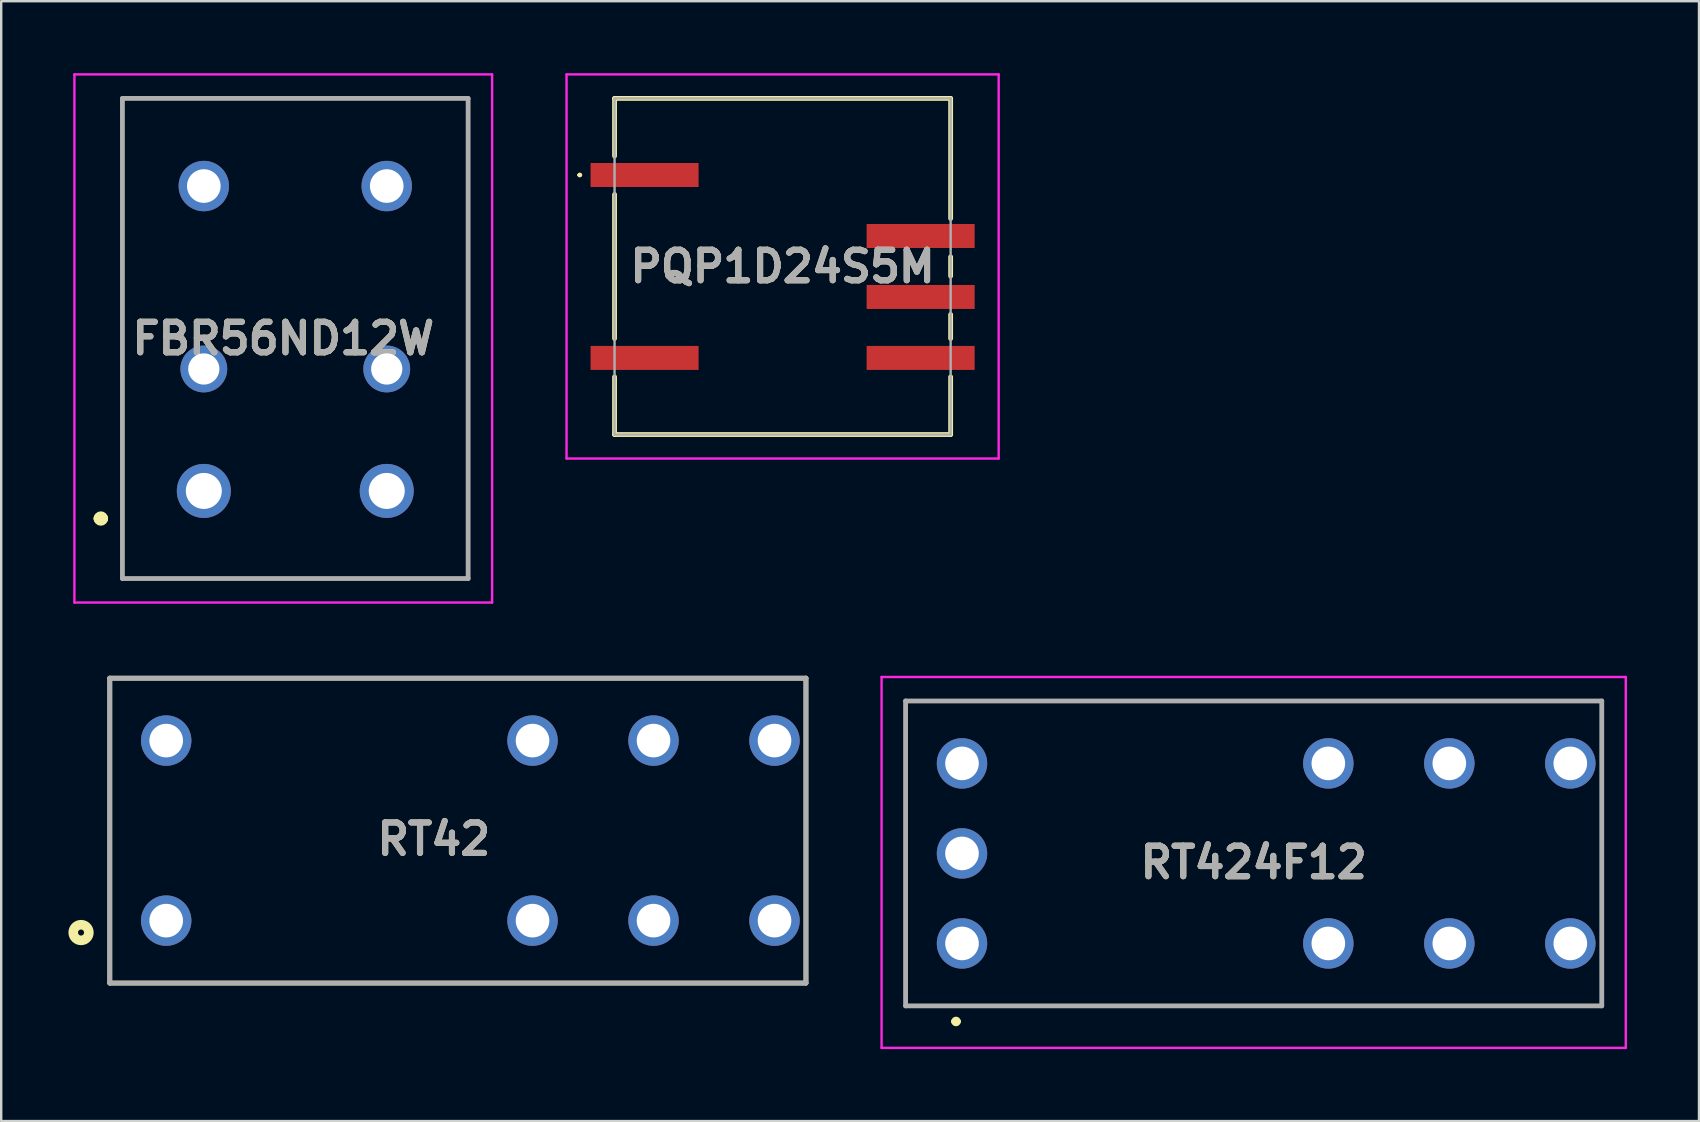
<source format=kicad_pcb>
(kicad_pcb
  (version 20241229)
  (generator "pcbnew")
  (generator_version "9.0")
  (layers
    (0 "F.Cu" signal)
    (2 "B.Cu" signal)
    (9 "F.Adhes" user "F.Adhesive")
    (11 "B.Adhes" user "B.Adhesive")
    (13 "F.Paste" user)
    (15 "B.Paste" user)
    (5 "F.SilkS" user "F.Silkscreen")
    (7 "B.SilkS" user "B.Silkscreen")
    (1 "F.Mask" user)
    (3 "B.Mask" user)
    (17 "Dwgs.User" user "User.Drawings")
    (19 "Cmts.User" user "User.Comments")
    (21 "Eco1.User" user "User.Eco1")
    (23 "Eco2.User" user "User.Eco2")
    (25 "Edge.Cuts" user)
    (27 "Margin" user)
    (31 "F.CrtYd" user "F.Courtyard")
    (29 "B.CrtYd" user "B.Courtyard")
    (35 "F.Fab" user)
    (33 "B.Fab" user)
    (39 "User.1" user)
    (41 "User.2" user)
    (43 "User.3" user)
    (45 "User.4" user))
  (footprint "RT42"
    (layer "F.Cu")
    (at 3.873 31.55)
    (property "Reference" "RT42" (at 11.148 0.355 0) (layer "F.SilkS") (effects (font (size 1.27 1.27) (thickness 0.254))))
    (attr through_hole)
    (fp_line (start -2.35 -6.35) (end 26.65 -6.35) (stroke (width 0.2) (type solid)) (layer "F.SilkS"))
    (fp_line (start -2.35 6.35) (end -2.35 -6.35) (stroke (width 0.2) (type solid)) (layer "F.SilkS"))
    (fp_line (start 26.65 -6.35) (end 26.65 6.35) (stroke (width 0.2) (type solid)) (layer "F.SilkS"))
    (fp_line (start 26.65 6.35) (end -2.35 6.35) (stroke (width 0.2) (type solid)) (layer "F.SilkS"))
    (fp_circle (center -3.547 4.246) (end -3.547 4.372) (stroke (width 0.4) (type solid)) (fill no) (layer "F.SilkS"))
    (fp_line (start -2.35 -6.35) (end 26.65 -6.35) (stroke (width 0.2) (type solid)) (layer "F.Fab"))
    (fp_line (start -2.35 6.35) (end -2.35 -6.35) (stroke (width 0.2) (type solid)) (layer "F.Fab"))
    (fp_line (start 26.65 -6.35) (end 26.65 6.35) (stroke (width 0.2) (type solid)) (layer "F.Fab"))
    (fp_line (start 26.65 6.35) (end -2.35 6.35) (stroke (width 0.2) (type solid)) (layer "F.Fab"))
    (fp_text user "${REFERENCE}" (at 11.148 0.355 0) (layer "F.Fab") (effects (font (size 1.27 1.27) (thickness 0.254))))
    (pad "1" thru_hole circle (at 0 3.75) (size 2.1 2.1) (drill 1.4) (layers "*.Cu" "*.Mask"))
    (pad "2" thru_hole circle (at 15.26 3.75) (size 2.1 2.1) (drill 1.4) (layers "*.Cu" "*.Mask"))
    (pad "3" thru_hole circle (at 20.3 3.75) (size 2.1 2.1) (drill 1.4) (layers "*.Cu" "*.Mask"))
    (pad "4" thru_hole circle (at 25.34 3.75) (size 2.1 2.1) (drill 1.4) (layers "*.Cu" "*.Mask"))
    (pad "5" thru_hole circle (at 25.34 -3.75) (size 2.1 2.1) (drill 1.4) (layers "*.Cu" "*.Mask"))
    (pad "6" thru_hole circle (at 20.3 -3.75) (size 2.1 2.1) (drill 1.4) (layers "*.Cu" "*.Mask"))
    (pad "7" thru_hole circle (at 15.26 -3.75) (size 2.1 2.1) (drill 1.4) (layers "*.Cu" "*.Mask"))
    (pad "8" thru_hole circle (at 0 -3.75) (size 2.1 2.1) (drill 1.4) (layers "*.Cu" "*.Mask")))
  (footprint "RT424F12"
    (layer "F.Cu")
    (at 57.323 32.875)
    (property "Reference" "RT424F12" (at -8.15 0 0) (layer "F.SilkS") (effects (font (size 1.27 1.27) (thickness 0.254))))
    (attr through_hole)
    (fp_line (start -22.65 -6.725) (end 6.35 -6.725) (stroke (width 0.1) (type solid)) (layer "F.SilkS"))
    (fp_line (start -22.65 5.975) (end -22.65 -6.725) (stroke (width 0.1) (type solid)) (layer "F.SilkS"))
    (fp_line (start -20.65 6.625) (end -20.65 6.625) (stroke (width 0.2) (type solid)) (layer "F.SilkS"))
    (fp_line (start -20.45 6.625) (end -20.45 6.625) (stroke (width 0.2) (type solid)) (layer "F.SilkS"))
    (fp_line (start 6.35 -6.725) (end 6.35 5.975) (stroke (width 0.1) (type solid)) (layer "F.SilkS"))
    (fp_line (start 6.35 5.975) (end -22.65 5.975) (stroke (width 0.1) (type solid)) (layer "F.SilkS"))
    (fp_arc (start -20.65 6.625) (mid -20.55 6.525) (end -20.45 6.625) (stroke (width 0.2) (type solid)) (layer "F.SilkS"))
    (fp_arc (start -20.45 6.625) (mid -20.55 6.725) (end -20.65 6.625) (stroke (width 0.2) (type solid)) (layer "F.SilkS"))
    (fp_line (start -23.65 -7.725) (end 7.35 -7.725) (stroke (width 0.1) (type solid)) (layer "F.CrtYd"))
    (fp_line (start -23.65 7.725) (end -23.65 -7.725) (stroke (width 0.1) (type solid)) (layer "F.CrtYd"))
    (fp_line (start 7.35 -7.725) (end 7.35 7.725) (stroke (width 0.1) (type solid)) (layer "F.CrtYd"))
    (fp_line (start 7.35 7.725) (end -23.65 7.725) (stroke (width 0.1) (type solid)) (layer "F.CrtYd"))
    (fp_line (start -22.65 -6.725) (end 6.35 -6.725) (stroke (width 0.2) (type solid)) (layer "F.Fab"))
    (fp_line (start -22.65 5.975) (end -22.65 -6.725) (stroke (width 0.2) (type solid)) (layer "F.Fab"))
    (fp_line (start 6.35 -6.725) (end 6.35 5.975) (stroke (width 0.2) (type solid)) (layer "F.Fab"))
    (fp_line (start 6.35 5.975) (end -22.65 5.975) (stroke (width 0.2) (type solid)) (layer "F.Fab"))
    (fp_text user "${REFERENCE}" (at -8.15 0 0) (layer "F.Fab") (effects (font (size 1.27 1.27) (thickness 0.254))))
    (pad "1" thru_hole circle (at -20.3 3.375) (size 2.1 2.1) (drill 1.4) (layers "*.Cu" "*.Mask"))
    (pad "2" thru_hole circle (at -20.3 -4.125) (size 2.1 2.1) (drill 1.4) (layers "*.Cu" "*.Mask"))
    (pad "3" thru_hole circle (at -20.3 -0.375) (size 2.1 2.1) (drill 1.4) (layers "*.Cu" "*.Mask"))
    (pad "4" thru_hole circle (at -5.04 3.375) (size 2.1 2.1) (drill 1.4) (layers "*.Cu" "*.Mask"))
    (pad "5" thru_hole circle (at 0 3.375) (size 2.1 2.1) (drill 1.4) (layers "*.Cu" "*.Mask"))
    (pad "6" thru_hole circle (at 5.04 3.375) (size 2.1 2.1) (drill 1.4) (layers "*.Cu" "*.Mask"))
    (pad "7" thru_hole circle (at 5.04 -4.125) (size 2.1 2.1) (drill 1.4) (layers "*.Cu" "*.Mask"))
    (pad "8" thru_hole circle (at 0 -4.125) (size 2.1 2.1) (drill 1.4) (layers "*.Cu" "*.Mask"))
    (pad "9" thru_hole circle (at -5.04 -4.125) (size 2.1 2.1) (drill 1.4) (layers "*.Cu" "*.Mask")))
  (footprint "PQP1D24S5M"
    (layer "F.Cu")
    (at 29.55 8.05)
    (property "Reference" "PQP1D24S5M" (at 0 0 0) (layer "F.SilkS") (effects (font (size 1.27 1.27) (thickness 0.254))))
    (attr smd)
    (fp_line (start -8.5 -3.81) (end -8.5 -3.81) (stroke (width 0.1) (type solid)) (layer "F.SilkS"))
    (fp_line (start -8.4 -3.81) (end -8.4 -3.81) (stroke (width 0.1) (type solid)) (layer "F.SilkS"))
    (fp_line (start -7 -7) (end 7 -7) (stroke (width 0.2) (type solid)) (layer "F.SilkS"))
    (fp_line (start -7 -4.6) (end -7 -7) (stroke (width 0.2) (type solid)) (layer "F.SilkS"))
    (fp_line (start -7 -3) (end -7 3) (stroke (width 0.2) (type solid)) (layer "F.SilkS"))
    (fp_line (start -7 7) (end -7 4.6) (stroke (width 0.2) (type solid)) (layer "F.SilkS"))
    (fp_line (start 7 -7) (end 7 -2) (stroke (width 0.2) (type solid)) (layer "F.SilkS"))
    (fp_line (start 7 -0.4) (end 7 0.4) (stroke (width 0.2) (type solid)) (layer "F.SilkS"))
    (fp_line (start 7 2) (end 7 3) (stroke (width 0.2) (type solid)) (layer "F.SilkS"))
    (fp_line (start 7 4.6) (end 7 7) (stroke (width 0.2) (type solid)) (layer "F.SilkS"))
    (fp_line (start 7 7) (end -7 7) (stroke (width 0.2) (type solid)) (layer "F.SilkS"))
    (fp_arc (start -8.5 -3.81) (mid -8.45 -3.86) (end -8.4 -3.81) (stroke (width 0.1) (type solid)) (layer "F.SilkS"))
    (fp_arc (start -8.4 -3.81) (mid -8.45 -3.76) (end -8.5 -3.81) (stroke (width 0.1) (type solid)) (layer "F.SilkS"))
    (fp_line (start -9 -8) (end 9 -8) (stroke (width 0.1) (type solid)) (layer "F.CrtYd"))
    (fp_line (start -9 8) (end -9 -8) (stroke (width 0.1) (type solid)) (layer "F.CrtYd"))
    (fp_line (start 9 -8) (end 9 8) (stroke (width 0.1) (type solid)) (layer "F.CrtYd"))
    (fp_line (start 9 8) (end -9 8) (stroke (width 0.1) (type solid)) (layer "F.CrtYd"))
    (fp_line (start -7 -7) (end -7 7) (stroke (width 0.1) (type solid)) (layer "F.Fab"))
    (fp_line (start -7 7) (end 7 7) (stroke (width 0.1) (type solid)) (layer "F.Fab"))
    (fp_line (start 7 -7) (end -7 -7) (stroke (width 0.1) (type solid)) (layer "F.Fab"))
    (fp_line (start 7 7) (end 7 -7) (stroke (width 0.1) (type solid)) (layer "F.Fab"))
    (fp_text user "${REFERENCE}" (at 0 0 0) (layer "F.Fab") (effects (font (size 1.27 1.27) (thickness 0.254))))
    (pad "1" smd rect (at -5.75 -3.81 90) (size 1 4.5) (layers "F.Cu" "F.Mask" "F.Paste"))
    (pad "4" smd rect (at -5.75 3.81 90) (size 1 4.5) (layers "F.Cu" "F.Mask" "F.Paste"))
    (pad "5" smd rect (at 5.75 3.81 90) (size 1 4.5) (layers "F.Cu" "F.Mask" "F.Paste"))
    (pad "6" smd rect (at 5.75 1.27 90) (size 1 4.5) (layers "F.Cu" "F.Mask" "F.Paste"))
    (pad "7" smd rect (at 5.75 -1.27 90) (size 1 4.5) (layers "F.Cu" "F.Mask" "F.Paste")))
  (footprint "FBR56ND12W"
    (layer "F.Cu")
    (at 5.44 17.4)
    (property "Reference" "FBR56ND12W" (at 3.31 -6.35 0) (layer "F.SilkS") (effects (font (size 1.27 1.27) (thickness 0.254))))
    (attr through_hole)
    (fp_line (start -4.39 1.15) (end -4.39 1.15) (stroke (width 0.4) (type solid)) (layer "F.SilkS"))
    (fp_line (start -4.19 1.15) (end -4.19 1.15) (stroke (width 0.4) (type solid)) (layer "F.SilkS"))
    (fp_line (start -3.39 -16.35) (end -3.39 3.65) (stroke (width 0.1) (type solid)) (layer "F.SilkS"))
    (fp_line (start -3.39 3.65) (end 11.01 3.65) (stroke (width 0.1) (type solid)) (layer "F.SilkS"))
    (fp_line (start 11.01 -16.35) (end -3.39 -16.35) (stroke (width 0.1) (type solid)) (layer "F.SilkS"))
    (fp_line (start 11.01 3.65) (end 11.01 -16.35) (stroke (width 0.1) (type solid)) (layer "F.SilkS"))
    (fp_arc (start -4.39 1.15) (mid -4.29 1.05) (end -4.19 1.15) (stroke (width 0.4) (type solid)) (layer "F.SilkS"))
    (fp_arc (start -4.19 1.15) (mid -4.29 1.25) (end -4.39 1.15) (stroke (width 0.4) (type solid)) (layer "F.SilkS"))
    (fp_line (start -5.39 -17.35) (end -5.39 4.65) (stroke (width 0.1) (type solid)) (layer "F.CrtYd"))
    (fp_line (start -5.39 4.65) (end 12.01 4.65) (stroke (width 0.1) (type solid)) (layer "F.CrtYd"))
    (fp_line (start 12.01 -17.35) (end -5.39 -17.35) (stroke (width 0.1) (type solid)) (layer "F.CrtYd"))
    (fp_line (start 12.01 4.65) (end 12.01 -17.35) (stroke (width 0.1) (type solid)) (layer "F.CrtYd"))
    (fp_line (start -3.39 -16.35) (end -3.39 3.65) (stroke (width 0.2) (type solid)) (layer "F.Fab"))
    (fp_line (start -3.39 3.65) (end 11.01 3.65) (stroke (width 0.2) (type solid)) (layer "F.Fab"))
    (fp_line (start 11.01 -16.35) (end -3.39 -16.35) (stroke (width 0.2) (type solid)) (layer "F.Fab"))
    (fp_line (start 11.01 3.65) (end 11.01 -16.35) (stroke (width 0.2) (type solid)) (layer "F.Fab"))
    (fp_text user "${REFERENCE}" (at 3.31 -6.35 0) (layer "F.Fab") (effects (font (size 1.27 1.27) (thickness 0.254))))
    (pad "1" thru_hole circle (at 0 0) (size 2.25 2.25) (drill 1.5) (layers "*.Cu" "*.Mask"))
    (pad "2" thru_hole circle (at 7.62 0) (size 2.25 2.25) (drill 1.5) (layers "*.Cu" "*.Mask"))
    (pad "3" thru_hole circle (at 0 -5.08) (size 1.95 1.95) (drill 1.3) (layers "*.Cu" "*.Mask"))
    (pad "4" thru_hole circle (at 7.62 -5.08) (size 1.95 1.95) (drill 1.3) (layers "*.Cu" "*.Mask"))
    (pad "5" thru_hole circle (at 0 -12.7) (size 2.1 2.1) (drill 1.4) (layers "*.Cu" "*.Mask"))
    (pad "6" thru_hole circle (at 7.62 -12.7) (size 2.1 2.1) (drill 1.4) (layers "*.Cu" "*.Mask")))
  (gr_rect
    (start -3 -3)
    (end 67.723 43.65)
    (stroke (width 0.1) (type default))
    (fill no)
    (layer "Edge.Cuts")))
</source>
